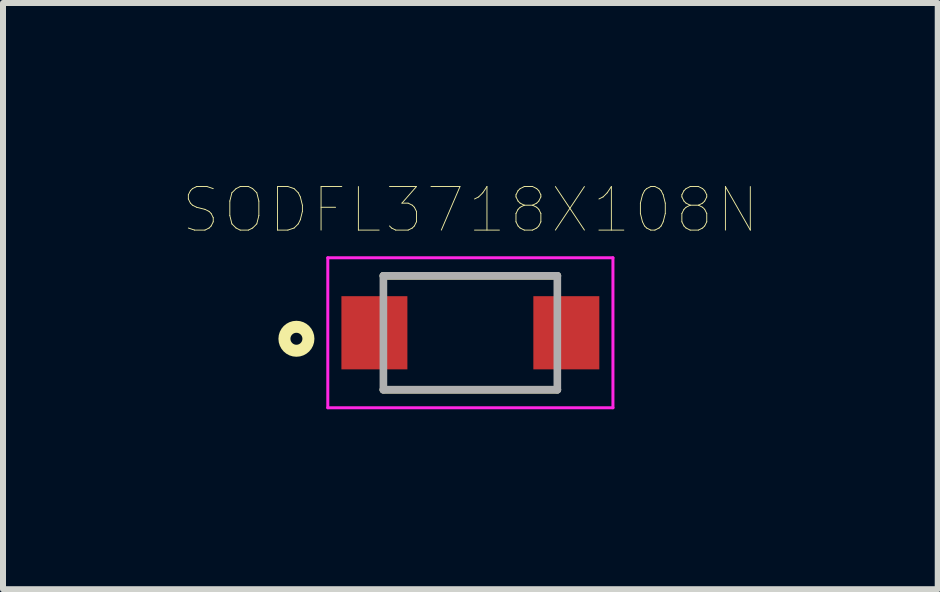
<source format=kicad_pcb>
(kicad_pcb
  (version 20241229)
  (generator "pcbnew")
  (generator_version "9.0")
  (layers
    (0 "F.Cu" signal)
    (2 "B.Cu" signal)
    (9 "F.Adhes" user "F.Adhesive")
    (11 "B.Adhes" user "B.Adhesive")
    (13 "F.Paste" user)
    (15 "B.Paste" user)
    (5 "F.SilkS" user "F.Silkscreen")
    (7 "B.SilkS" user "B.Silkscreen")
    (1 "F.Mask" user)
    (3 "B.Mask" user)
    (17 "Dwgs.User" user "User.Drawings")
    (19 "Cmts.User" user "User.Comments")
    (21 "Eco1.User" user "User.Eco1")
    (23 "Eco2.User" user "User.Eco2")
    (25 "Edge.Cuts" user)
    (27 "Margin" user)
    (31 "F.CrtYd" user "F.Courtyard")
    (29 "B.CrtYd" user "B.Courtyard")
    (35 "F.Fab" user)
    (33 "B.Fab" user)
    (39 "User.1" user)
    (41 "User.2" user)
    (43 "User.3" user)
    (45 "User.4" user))
  (footprint "SODFL3718X108N"
    (layer "F.Cu")
    (at 4.792 2.498)
    (property "Reference" "SODFL3718X108N" (at -0.00006 -2.047 0) (layer "F.SilkS") (effects (font (size 0.726 0.726) (thickness 0.015))))
    (attr through_hole)
    (fp_line (start -1.45 -0.95) (end 1.45 -0.95) (stroke (width 0.127) (type solid)) (layer "F.SilkS"))
    (fp_line (start 1.45 0.95) (end -1.45 0.95) (stroke (width 0.127) (type solid)) (layer "F.SilkS"))
    (fp_circle (center -2.9 0.1) (end -2.7 0.1) (stroke (width 0.2) (type solid)) (fill no) (layer "F.SilkS"))
    (fp_line (start -2.377 -1.25) (end -2.377 1.25) (stroke (width 0.05) (type solid)) (layer "F.CrtYd"))
    (fp_line (start -2.377 1.25) (end 2.377 1.25) (stroke (width 0.05) (type solid)) (layer "F.CrtYd"))
    (fp_line (start 2.377 -1.25) (end -2.377 -1.25) (stroke (width 0.05) (type solid)) (layer "F.CrtYd"))
    (fp_line (start 2.377 1.25) (end 2.377 -1.25) (stroke (width 0.05) (type solid)) (layer "F.CrtYd"))
    (fp_line (start -1.45 -0.95) (end 1.45 -0.95) (stroke (width 0.127) (type solid)) (layer "F.Fab"))
    (fp_line (start -1.45 0.95) (end -1.45 -0.95) (stroke (width 0.127) (type solid)) (layer "F.Fab"))
    (fp_line (start 1.45 -0.95) (end 1.45 0.95) (stroke (width 0.127) (type solid)) (layer "F.Fab"))
    (fp_line (start 1.45 0.95) (end -1.45 0.95) (stroke (width 0.127) (type solid)) (layer "F.Fab"))
    (pad "A" smd rect (at 1.6 0) (size 1.1 1.22) (layers "F.Cu" "F.Mask" "F.Paste"))
    (pad "C" smd rect (at -1.6 0) (size 1.1 1.22) (layers "F.Cu" "F.Mask" "F.Paste")))
  (gr_rect
    (start -3 -3)
    (end 12.584 6.773)
    (stroke (width 0.1) (type default))
    (fill no)
    (layer "Edge.Cuts")))
</source>
